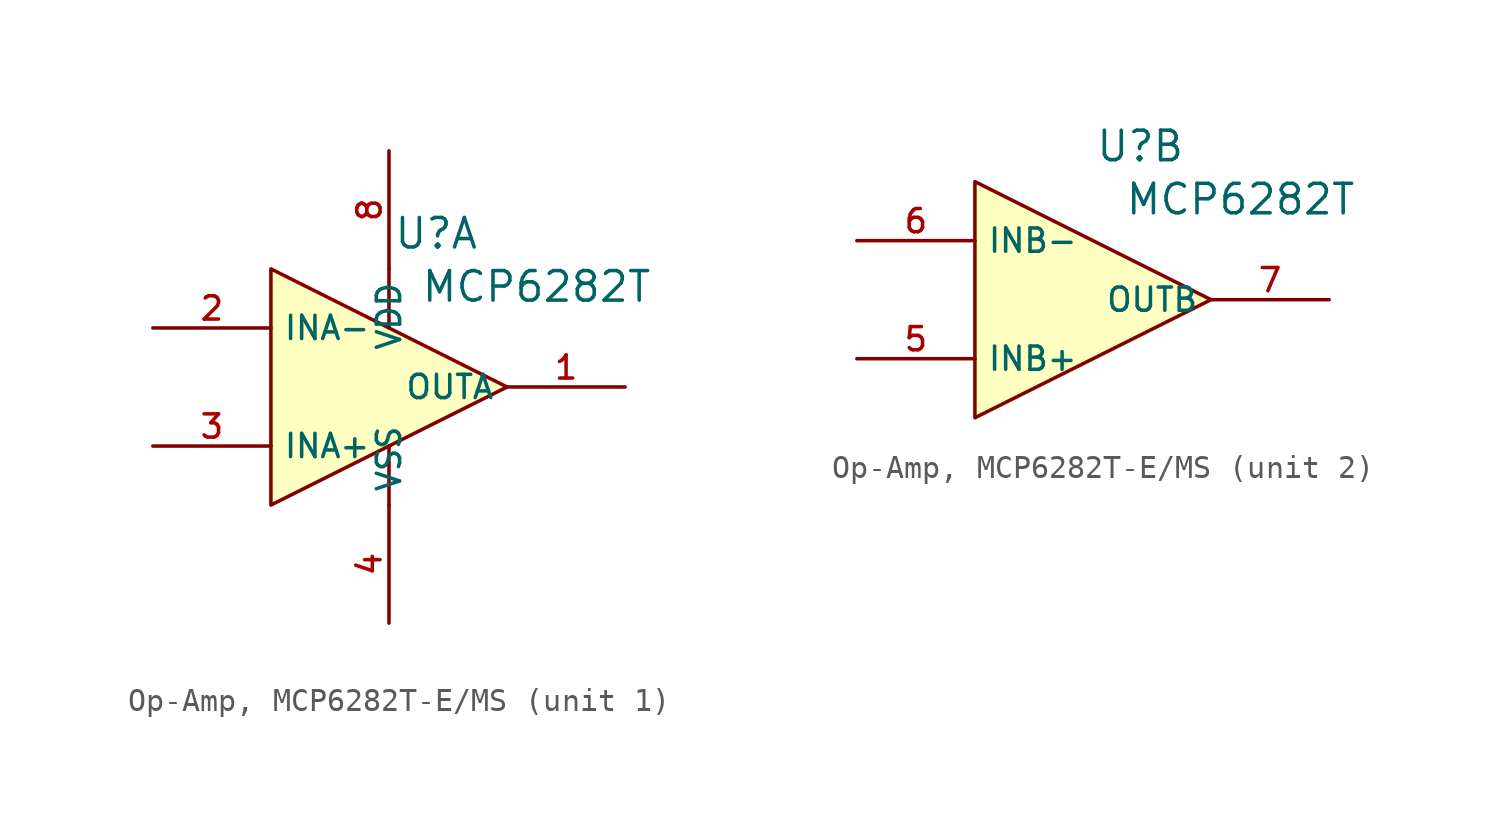
<source format=kicad_sym>
(kicad_symbol_lib
  (version 20231120)
  (generator "CDFER_Archive_Tool")
  (generator_version "0.0")
  (symbol "Op-Amp, MCP6282T-E/MS"
    (property "Reference" "U"
      (at 2.032 6.604 0)
      (effects (font (size 1.27 1.27))))
    (property "Value" "MCP6282T"
      (at 6.35 4.318 0)
      (effects (font (size 1.27 1.27))))
    (symbol "Op-Amp, MCP6282T-E/MS_1_1"
      (polyline (pts (xy 0 -2.54) (xy 0 -5.08)) (stroke (width 0) (type default)) (fill (type none)))
      (polyline (pts (xy 0 5.08) (xy 0 2.54)) (stroke (width 0) (type default)) (fill (type none)))
      (polyline (pts (xy -5.08 -5.08) (xy 5.08 0) (xy -5.08 5.08) (xy -5.08 -5.08)) (stroke (width 0) (type default)) (fill (type background)))
      (pin output line (at 10.16 0 180) (length 5.08) (name "OUTA" (effects (font (size 1 1)))) (number "1" (effects (font (size 1 1)))))
      (pin unspecified line (at -10.16 2.54 0) (length 5.08) (name "INA-" (effects (font (size 1 1)))) (number "2" (effects (font (size 1 1)))))
      (pin unspecified line (at -10.16 -2.54 0) (length 5.08) (name "INA+" (effects (font (size 1 1)))) (number "3" (effects (font (size 1 1)))))
      (pin power_in line (at 0 -10.16 90) (length 5.08) (name "VSS" (effects (font (size 1 1)))) (number "4" (effects (font (size 1 1)))))
      (pin power_in line (at 0 10.16 270) (length 5.08) (name "VDD" (effects (font (size 1 1)))) (number "8" (effects (font (size 1 1))))))
    (symbol "Op-Amp, MCP6282T-E/MS_2_1"
      (polyline (pts (xy -5.08 -5.08) (xy 5.08 0) (xy -5.08 5.08) (xy -5.08 -5.08)) (stroke (width 0) (type default)) (fill (type background)))
      (pin unspecified line (at -10.16 -2.54 0) (length 5.08) (name "INB+" (effects (font (size 1 1)))) (number "5" (effects (font (size 1 1)))))
      (pin unspecified line (at -10.16 2.54 0) (length 5.08) (name "INB-" (effects (font (size 1 1)))) (number "6" (effects (font (size 1 1)))))
      (pin output line (at 10.16 0 180) (length 5.08) (name "OUTB" (effects (font (size 1 1)))) (number "7" (effects (font (size 1 1))))))))
</source>
